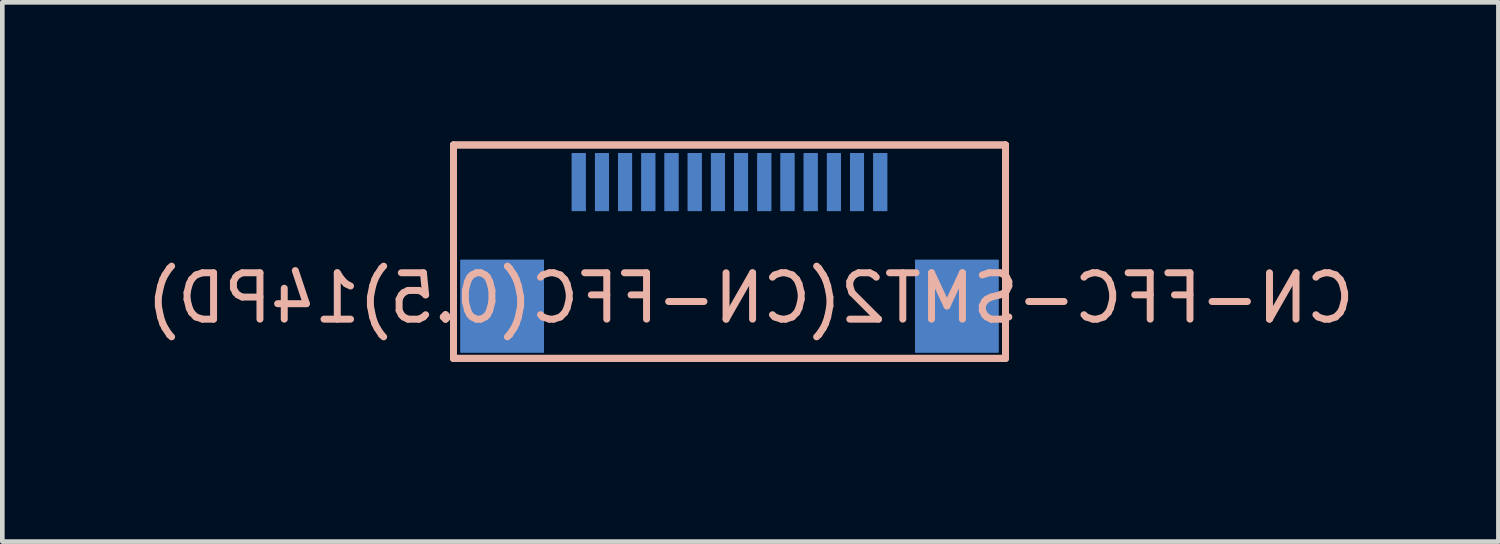
<source format=kicad_pcb>
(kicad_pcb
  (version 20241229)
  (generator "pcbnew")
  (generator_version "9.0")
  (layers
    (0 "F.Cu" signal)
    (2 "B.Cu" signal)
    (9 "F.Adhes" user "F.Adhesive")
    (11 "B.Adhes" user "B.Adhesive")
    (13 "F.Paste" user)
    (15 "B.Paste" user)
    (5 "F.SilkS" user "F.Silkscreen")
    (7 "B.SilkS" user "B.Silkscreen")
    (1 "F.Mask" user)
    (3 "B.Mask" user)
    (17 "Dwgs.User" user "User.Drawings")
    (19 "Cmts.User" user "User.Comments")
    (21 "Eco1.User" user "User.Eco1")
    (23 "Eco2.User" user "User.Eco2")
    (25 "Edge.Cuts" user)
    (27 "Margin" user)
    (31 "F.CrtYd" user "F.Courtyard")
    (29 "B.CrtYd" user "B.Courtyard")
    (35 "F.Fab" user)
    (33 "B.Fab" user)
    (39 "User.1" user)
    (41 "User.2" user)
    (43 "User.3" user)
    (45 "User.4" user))
  (footprint "CN-FFC-SMT2(CN-FFC(0.5)14PD)"
    (layer "F.Cu")
    (at 6.425 5.375)
    (property "Reference" "CN-FFC-SMT2(CN-FFC(0.5)14PD)" (at 6.7 -2 0) (layer "B.SilkS") (effects (font (size 1 1) (thickness 0.15)) (justify mirror)))
    (attr through_hole)
    (fp_line (start 0.3 -5.3) (end 0.3 -0.7) (stroke (width 0.15) (type solid)) (layer "B.SilkS"))
    (fp_line (start 0.3 -5.3) (end 0.3 -0.7) (stroke (width 0.15) (type solid)) (layer "B.SilkS"))
    (fp_line (start 0.3 -0.7) (end 12.2 -0.7) (stroke (width 0.15) (type solid)) (layer "B.SilkS"))
    (fp_line (start 0.3 -0.7) (end 12.2 -0.7) (stroke (width 0.15) (type solid)) (layer "B.SilkS"))
    (fp_line (start 12.2 -5.3) (end 0.3 -5.3) (stroke (width 0.15) (type solid)) (layer "B.SilkS"))
    (fp_line (start 12.2 -5.3) (end 0.3 -5.3) (stroke (width 0.15) (type solid)) (layer "B.SilkS"))
    (fp_line (start 12.2 -0.7) (end 12.2 -5.3) (stroke (width 0.15) (type solid)) (layer "B.SilkS"))
    (fp_line (start 12.2 -0.7) (end 12.2 -5.3) (stroke (width 0.15) (type solid)) (layer "B.SilkS"))
    (pad "" smd rect (at 1.35 -1.825) (size 1.8 2) (layers "B.Cu" "B.Mask" "B.Paste"))
    (pad "" smd rect (at 1.35 -1.825) (size 1.8 2) (layers "B.Cu" "B.Mask" "B.Paste"))
    (pad "" smd rect (at 11.15 -1.825) (size 1.8 2) (layers "B.Cu" "B.Mask" "B.Paste"))
    (pad "" smd rect (at 11.15 -1.825) (size 1.8 2) (layers "B.Cu" "B.Mask" "B.Paste"))
    (pad "1" smd rect (at 3 -4.5) (size 0.3 1.25) (layers "B.Cu" "B.Mask" "B.Paste"))
    (pad "1" smd rect (at 3 -4.5) (size 0.3 1.25) (layers "B.Cu" "B.Mask" "B.Paste"))
    (pad "2" smd rect (at 3.5 -4.5) (size 0.3 1.25) (layers "B.Cu" "B.Mask" "B.Paste"))
    (pad "2" smd rect (at 3.5 -4.5) (size 0.3 1.25) (layers "B.Cu" "B.Mask" "B.Paste"))
    (pad "3" smd rect (at 4 -4.5) (size 0.3 1.25) (layers "B.Cu" "B.Mask" "B.Paste"))
    (pad "3" smd rect (at 4 -4.5) (size 0.3 1.25) (layers "B.Cu" "B.Mask" "B.Paste"))
    (pad "4" smd rect (at 4.5 -4.5) (size 0.3 1.25) (layers "B.Cu" "B.Mask" "B.Paste"))
    (pad "4" smd rect (at 4.5 -4.5) (size 0.3 1.25) (layers "B.Cu" "B.Mask" "B.Paste"))
    (pad "5" smd rect (at 5 -4.5) (size 0.3 1.25) (layers "B.Cu" "B.Mask" "B.Paste"))
    (pad "5" smd rect (at 5 -4.5) (size 0.3 1.25) (layers "B.Cu" "B.Mask" "B.Paste"))
    (pad "6" smd rect (at 5.5 -4.5) (size 0.3 1.25) (layers "B.Cu" "B.Mask" "B.Paste"))
    (pad "6" smd rect (at 5.5 -4.5) (size 0.3 1.25) (layers "B.Cu" "B.Mask" "B.Paste"))
    (pad "7" smd rect (at 6 -4.5) (size 0.3 1.25) (layers "B.Cu" "B.Mask" "B.Paste"))
    (pad "7" smd rect (at 6 -4.5) (size 0.3 1.25) (layers "B.Cu" "B.Mask" "B.Paste"))
    (pad "8" smd rect (at 6.5 -4.5) (size 0.3 1.25) (layers "B.Cu" "B.Mask" "B.Paste"))
    (pad "8" smd rect (at 6.5 -4.5) (size 0.3 1.25) (layers "B.Cu" "B.Mask" "B.Paste"))
    (pad "9" smd rect (at 7 -4.5) (size 0.3 1.25) (layers "B.Cu" "B.Mask" "B.Paste"))
    (pad "9" smd rect (at 7 -4.5) (size 0.3 1.25) (layers "B.Cu" "B.Mask" "B.Paste"))
    (pad "10" smd rect (at 7.5 -4.5) (size 0.3 1.25) (layers "B.Cu" "B.Mask" "B.Paste"))
    (pad "10" smd rect (at 7.5 -4.5) (size 0.3 1.25) (layers "B.Cu" "B.Mask" "B.Paste"))
    (pad "11" smd rect (at 8 -4.5) (size 0.3 1.25) (layers "B.Cu" "B.Mask" "B.Paste"))
    (pad "11" smd rect (at 8 -4.5) (size 0.3 1.25) (layers "B.Cu" "B.Mask" "B.Paste"))
    (pad "12" smd rect (at 8.5 -4.5) (size 0.3 1.25) (layers "B.Cu" "B.Mask" "B.Paste"))
    (pad "12" smd rect (at 8.5 -4.5) (size 0.3 1.25) (layers "B.Cu" "B.Mask" "B.Paste"))
    (pad "13" smd rect (at 9 -4.5) (size 0.3 1.25) (layers "B.Cu" "B.Mask" "B.Paste"))
    (pad "13" smd rect (at 9 -4.5) (size 0.3 1.25) (layers "B.Cu" "B.Mask" "B.Paste"))
    (pad "14" smd rect (at 9.5 -4.5) (size 0.3 1.25) (layers "B.Cu" "B.Mask" "B.Paste"))
    (pad "14" smd rect (at 9.5 -4.5) (size 0.3 1.25) (layers "B.Cu" "B.Mask" "B.Paste")))
  (gr_rect
    (start -3 -3)
    (end 29.25 8.625)
    (stroke (width 0.1) (type default))
    (fill no)
    (layer "Edge.Cuts")))
</source>
